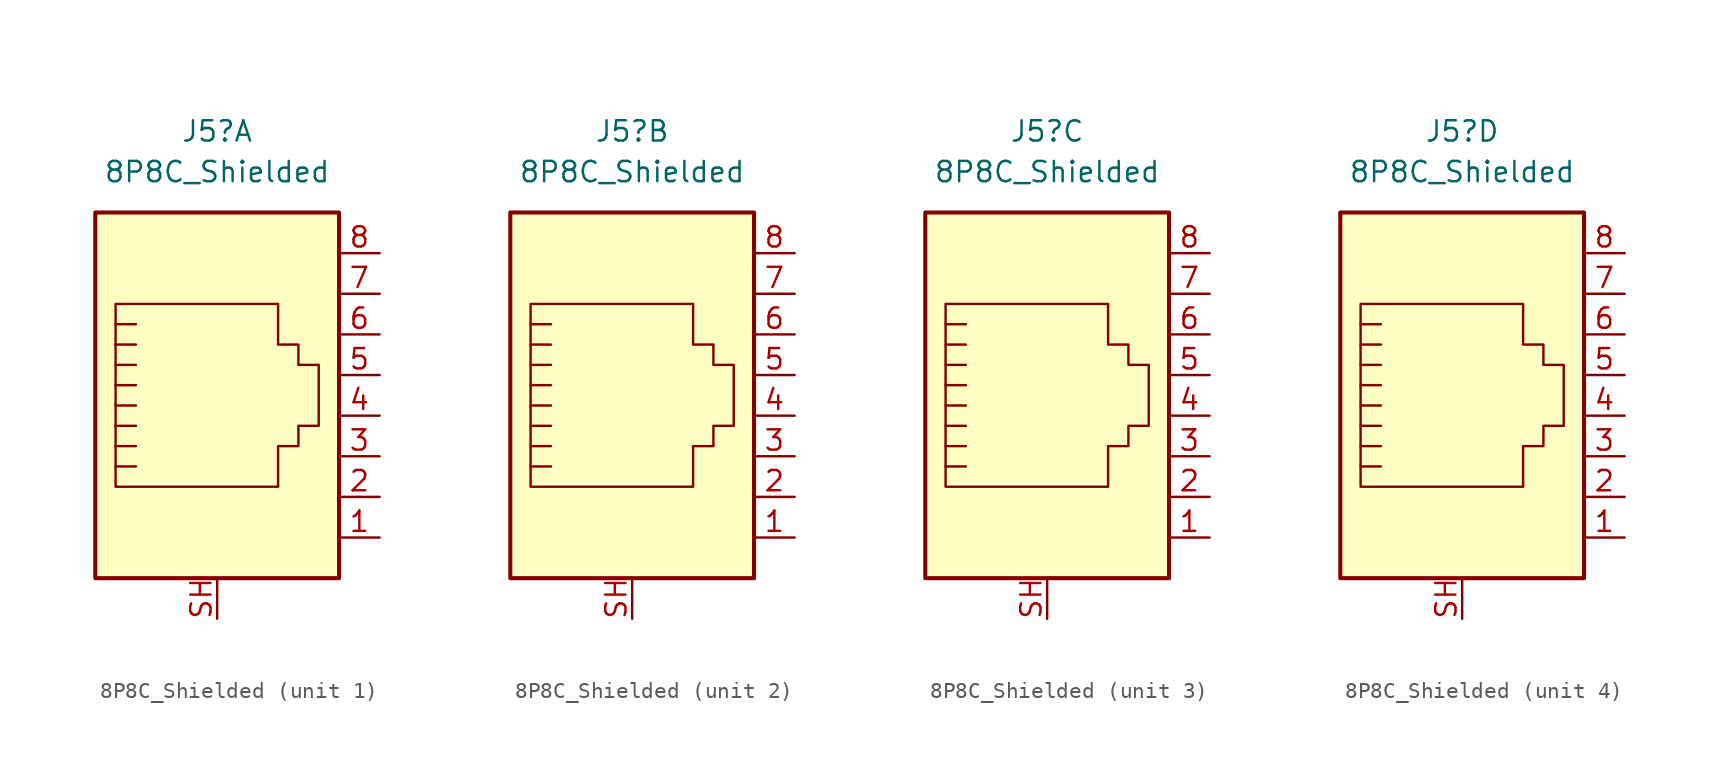
<source format=kicad_sym>
(kicad_symbol_lib
  (version 20220914)
  (generator kicad_symbol_editor)
  (symbol "8P8C_Shielded"
    (pin_names
      (offset 1.016))
    (property "Reference" "J5"
      (at 0 17.78 0)
      (effects (font (size 1.27 1.27))))
    (property "Value" "8P8C_Shielded"
      (at 0 15.24 0)
      (effects (font (size 1.27 1.27))))
    (symbol "8P8C_Shielded_0_1"
      (polyline (pts (xy -5.08 4.445) (xy -6.35 4.445)) (stroke (width 0) (type default)) (fill (type none)))
      (polyline (pts (xy -5.08 5.715) (xy -6.35 5.715)) (stroke (width 0) (type default)) (fill (type none)))
      (polyline (pts (xy -6.35 -3.175) (xy -5.08 -3.175) (xy -5.08 -3.175)) (stroke (width 0) (type default)) (fill (type none)))
      (polyline (pts (xy -6.35 -1.905) (xy -5.08 -1.905) (xy -5.08 -1.905)) (stroke (width 0) (type default)) (fill (type none)))
      (polyline (pts (xy -6.35 -0.635) (xy -5.08 -0.635) (xy -5.08 -0.635)) (stroke (width 0) (type default)) (fill (type none)))
      (polyline (pts (xy -6.35 0.635) (xy -5.08 0.635) (xy -5.08 0.635)) (stroke (width 0) (type default)) (fill (type none)))
      (polyline (pts (xy -6.35 1.905) (xy -5.08 1.905) (xy -5.08 1.905)) (stroke (width 0) (type default)) (fill (type none)))
      (polyline (pts (xy -5.08 3.175) (xy -6.35 3.175) (xy -6.35 3.175)) (stroke (width 0) (type default)) (fill (type none)))
      (polyline (pts (xy -6.35 -4.445) (xy -6.35 6.985) (xy 3.81 6.985) (xy 3.81 4.445) (xy 5.08 4.445) (xy 5.08 3.175) (xy 6.35 3.175) (xy 6.35 -0.635) (xy 5.08 -0.635) (xy 5.08 -1.905) (xy 3.81 -1.905) (xy 3.81 -4.445) (xy -6.35 -4.445) (xy -6.35 -4.445)) (stroke (width 0) (type default)) (fill (type none))))
    (symbol "8P8C_Shielded_1_1"
      (rectangle (start -7.62 12.7) (end 7.62 -10.16) (stroke (width 0.254) (type default)) (fill (type background)))
      (pin passive line (at 10.16 -7.62 180) (length 2.54) (name "~" (effects (font (size 1.27 1.27)))) (number "1" (effects (font (size 1.27 1.27)))))
      (pin passive line (at 10.16 -5.08 180) (length 2.54) (name "~" (effects (font (size 1.27 1.27)))) (number "2" (effects (font (size 1.27 1.27)))))
      (pin passive line (at 10.16 -2.54 180) (length 2.54) (name "~" (effects (font (size 1.27 1.27)))) (number "3" (effects (font (size 1.27 1.27)))))
      (pin passive line (at 10.16 0 180) (length 2.54) (name "~" (effects (font (size 1.27 1.27)))) (number "4" (effects (font (size 1.27 1.27)))))
      (pin passive line (at 10.16 2.54 180) (length 2.54) (name "~" (effects (font (size 1.27 1.27)))) (number "5" (effects (font (size 1.27 1.27)))))
      (pin passive line (at 10.16 5.08 180) (length 2.54) (name "~" (effects (font (size 1.27 1.27)))) (number "6" (effects (font (size 1.27 1.27)))))
      (pin passive line (at 10.16 7.62 180) (length 2.54) (name "~" (effects (font (size 1.27 1.27)))) (number "7" (effects (font (size 1.27 1.27)))))
      (pin passive line (at 10.16 10.16 180) (length 2.54) (name "~" (effects (font (size 1.27 1.27)))) (number "8" (effects (font (size 1.27 1.27)))))
      (pin passive line (at 0 -12.7 90) (length 2.54) (name "~" (effects (font (size 1.27 1.27)))) (number "SH" (effects (font (size 1.27 1.27))))))
    (symbol "8P8C_Shielded_2_1"
      (rectangle (start -7.62 12.7) (end 7.62 -10.16) (stroke (width 0.254) (type default)) (fill (type background)))
      (pin passive line (at 10.16 -7.62 180) (length 2.54) (name "~" (effects (font (size 1.27 1.27)))) (number "1" (effects (font (size 1.27 1.27)))))
      (pin passive line (at 10.16 -5.08 180) (length 2.54) (name "~" (effects (font (size 1.27 1.27)))) (number "2" (effects (font (size 1.27 1.27)))))
      (pin passive line (at 10.16 -2.54 180) (length 2.54) (name "~" (effects (font (size 1.27 1.27)))) (number "3" (effects (font (size 1.27 1.27)))))
      (pin passive line (at 10.16 0 180) (length 2.54) (name "~" (effects (font (size 1.27 1.27)))) (number "4" (effects (font (size 1.27 1.27)))))
      (pin passive line (at 10.16 2.54 180) (length 2.54) (name "~" (effects (font (size 1.27 1.27)))) (number "5" (effects (font (size 1.27 1.27)))))
      (pin passive line (at 10.16 5.08 180) (length 2.54) (name "~" (effects (font (size 1.27 1.27)))) (number "6" (effects (font (size 1.27 1.27)))))
      (pin passive line (at 10.16 7.62 180) (length 2.54) (name "~" (effects (font (size 1.27 1.27)))) (number "7" (effects (font (size 1.27 1.27)))))
      (pin passive line (at 10.16 10.16 180) (length 2.54) (name "~" (effects (font (size 1.27 1.27)))) (number "8" (effects (font (size 1.27 1.27)))))
      (pin passive line (at 0 -12.7 90) (length 2.54) (name "~" (effects (font (size 1.27 1.27)))) (number "SH" (effects (font (size 1.27 1.27))))))
    (symbol "8P8C_Shielded_3_1"
      (rectangle (start -7.62 12.7) (end 7.62 -10.16) (stroke (width 0.254) (type default)) (fill (type background)))
      (pin passive line (at 10.16 -7.62 180) (length 2.54) (name "~" (effects (font (size 1.27 1.27)))) (number "1" (effects (font (size 1.27 1.27)))))
      (pin passive line (at 10.16 -5.08 180) (length 2.54) (name "~" (effects (font (size 1.27 1.27)))) (number "2" (effects (font (size 1.27 1.27)))))
      (pin passive line (at 10.16 -2.54 180) (length 2.54) (name "~" (effects (font (size 1.27 1.27)))) (number "3" (effects (font (size 1.27 1.27)))))
      (pin passive line (at 10.16 0 180) (length 2.54) (name "~" (effects (font (size 1.27 1.27)))) (number "4" (effects (font (size 1.27 1.27)))))
      (pin passive line (at 10.16 2.54 180) (length 2.54) (name "~" (effects (font (size 1.27 1.27)))) (number "5" (effects (font (size 1.27 1.27)))))
      (pin passive line (at 10.16 5.08 180) (length 2.54) (name "~" (effects (font (size 1.27 1.27)))) (number "6" (effects (font (size 1.27 1.27)))))
      (pin passive line (at 10.16 7.62 180) (length 2.54) (name "~" (effects (font (size 1.27 1.27)))) (number "7" (effects (font (size 1.27 1.27)))))
      (pin passive line (at 10.16 10.16 180) (length 2.54) (name "~" (effects (font (size 1.27 1.27)))) (number "8" (effects (font (size 1.27 1.27)))))
      (pin passive line (at 0 -12.7 90) (length 2.54) (name "~" (effects (font (size 1.27 1.27)))) (number "SH" (effects (font (size 1.27 1.27))))))
    (symbol "8P8C_Shielded_4_1"
      (rectangle (start -7.62 12.7) (end 7.62 -10.16) (stroke (width 0.254) (type default)) (fill (type background)))
      (pin passive line (at 10.16 -7.62 180) (length 2.54) (name "~" (effects (font (size 1.27 1.27)))) (number "1" (effects (font (size 1.27 1.27)))))
      (pin passive line (at 10.16 -5.08 180) (length 2.54) (name "~" (effects (font (size 1.27 1.27)))) (number "2" (effects (font (size 1.27 1.27)))))
      (pin passive line (at 10.16 -2.54 180) (length 2.54) (name "~" (effects (font (size 1.27 1.27)))) (number "3" (effects (font (size 1.27 1.27)))))
      (pin passive line (at 10.16 0 180) (length 2.54) (name "~" (effects (font (size 1.27 1.27)))) (number "4" (effects (font (size 1.27 1.27)))))
      (pin passive line (at 10.16 2.54 180) (length 2.54) (name "~" (effects (font (size 1.27 1.27)))) (number "5" (effects (font (size 1.27 1.27)))))
      (pin passive line (at 10.16 5.08 180) (length 2.54) (name "~" (effects (font (size 1.27 1.27)))) (number "6" (effects (font (size 1.27 1.27)))))
      (pin passive line (at 10.16 7.62 180) (length 2.54) (name "~" (effects (font (size 1.27 1.27)))) (number "7" (effects (font (size 1.27 1.27)))))
      (pin passive line (at 10.16 10.16 180) (length 2.54) (name "~" (effects (font (size 1.27 1.27)))) (number "8" (effects (font (size 1.27 1.27)))))
      (pin passive line (at 0 -12.7 90) (length 2.54) (name "~" (effects (font (size 1.27 1.27)))) (number "SH" (effects (font (size 1.27 1.27))))))))
</source>
